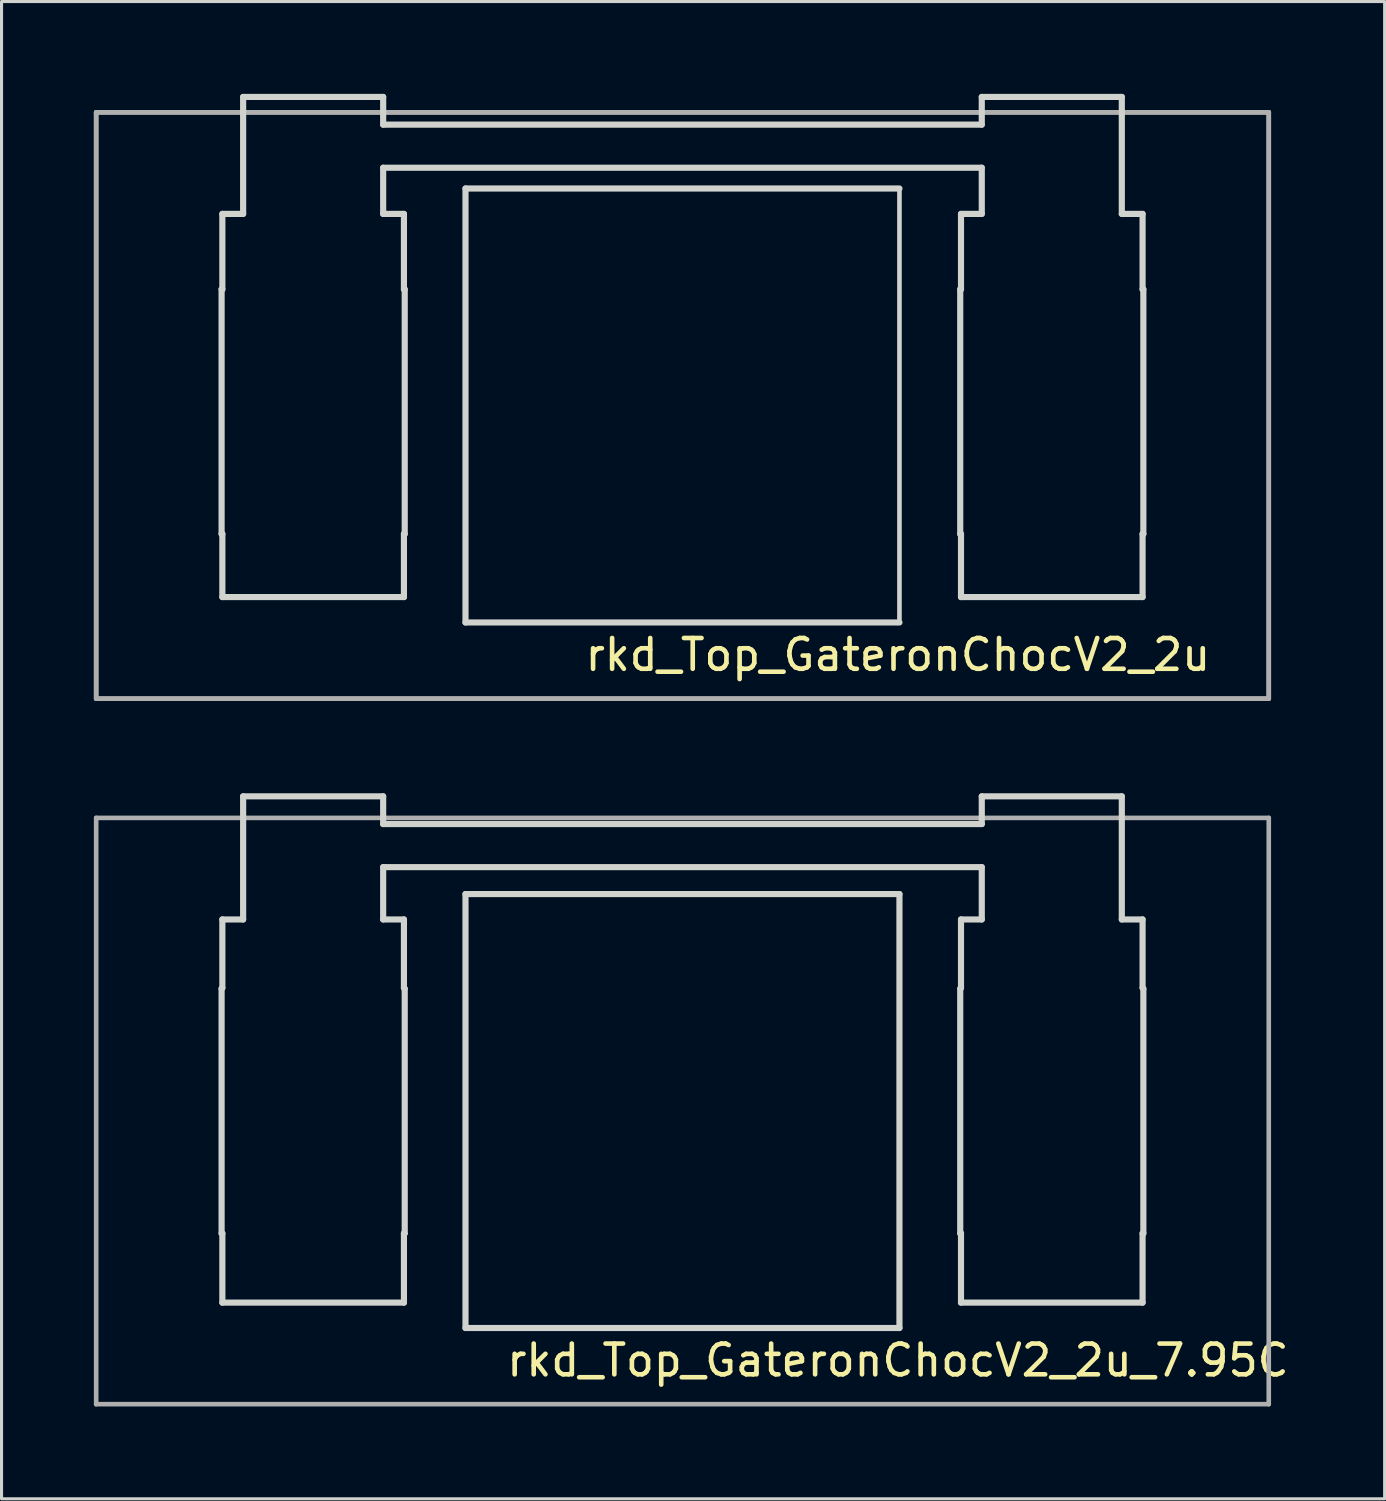
<source format=kicad_pcb>
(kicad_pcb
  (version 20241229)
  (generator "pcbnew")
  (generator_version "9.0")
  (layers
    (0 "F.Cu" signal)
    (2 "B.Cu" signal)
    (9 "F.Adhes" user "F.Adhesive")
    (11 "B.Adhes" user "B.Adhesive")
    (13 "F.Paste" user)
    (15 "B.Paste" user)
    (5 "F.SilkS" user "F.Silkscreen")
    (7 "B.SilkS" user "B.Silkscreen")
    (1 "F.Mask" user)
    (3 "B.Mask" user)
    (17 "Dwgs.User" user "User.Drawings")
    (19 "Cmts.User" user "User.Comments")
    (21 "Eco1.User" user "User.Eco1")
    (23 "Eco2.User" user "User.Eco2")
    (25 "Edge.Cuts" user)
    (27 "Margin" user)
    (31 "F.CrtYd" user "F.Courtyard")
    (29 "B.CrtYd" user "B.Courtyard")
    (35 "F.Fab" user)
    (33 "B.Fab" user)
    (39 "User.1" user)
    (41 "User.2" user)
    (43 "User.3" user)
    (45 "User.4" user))
  (footprint "rkd_Top_GateronChocV2_2u"
    (layer "F.Cu")
    (at 19.125 10.125)
    (property "Reference" "rkd_Top_GateronChocV2_2u" (at 7 8.1 0) (layer "F.SilkS") (effects (font (size 1 1) (thickness 0.15))))
    (attr through_hole)
    (fp_line (start -14.975 -3.775) (end -14.975 4.175) (stroke (width 0.2) (type solid)) (layer "Edge.Cuts"))
    (fp_line (start -14.975 -3.775) (end -14.95 -3.775) (stroke (width 0.2) (type solid)) (layer "Edge.Cuts"))
    (fp_line (start -14.95 -6.225) (end -14.95 -3.775) (stroke (width 0.2) (type solid)) (layer "Edge.Cuts"))
    (fp_line (start -14.95 -6.225) (end -14.275 -6.225) (stroke (width 0.2) (type solid)) (layer "Edge.Cuts"))
    (fp_line (start -14.95 4.175) (end -14.975 4.175) (stroke (width 0.2) (type solid)) (layer "Edge.Cuts"))
    (fp_line (start -14.95 4.175) (end -14.95 6.225) (stroke (width 0.2) (type solid)) (layer "Edge.Cuts"))
    (fp_line (start -14.275 -10.025) (end -9.725 -10.025) (stroke (width 0.2) (type solid)) (layer "Edge.Cuts"))
    (fp_line (start -14.275 -6.225) (end -14.275 -10.025) (stroke (width 0.2) (type solid)) (layer "Edge.Cuts"))
    (fp_line (start -9.725 -9.125) (end -9.725 -10.025) (stroke (width 0.2) (type solid)) (layer "Edge.Cuts"))
    (fp_line (start -9.725 -9.125) (end 9.725 -9.125) (stroke (width 0.2) (type solid)) (layer "Edge.Cuts"))
    (fp_line (start -9.725 -7.725) (end 9.725 -7.725) (stroke (width 0.2) (type solid)) (layer "Edge.Cuts"))
    (fp_line (start -9.725 -6.225) (end -9.725 -7.725) (stroke (width 0.2) (type solid)) (layer "Edge.Cuts"))
    (fp_line (start -9.725 -6.225) (end -9.05 -6.225) (stroke (width 0.2) (type solid)) (layer "Edge.Cuts"))
    (fp_line (start -9.05 -6.225) (end -9.05 -3.775) (stroke (width 0.2) (type solid)) (layer "Edge.Cuts"))
    (fp_line (start -9.05 4.175) (end -9.05 6.225) (stroke (width 0.2) (type solid)) (layer "Edge.Cuts"))
    (fp_line (start -9.05 6.225) (end -14.95 6.225) (stroke (width 0.2) (type solid)) (layer "Edge.Cuts"))
    (fp_line (start -9.025 -3.775) (end -9.05 -3.775) (stroke (width 0.2) (type default)) (layer "Edge.Cuts"))
    (fp_line (start -9.025 -3.775) (end -9.025 4.175) (stroke (width 0.2) (type solid)) (layer "Edge.Cuts"))
    (fp_line (start -9.025 4.175) (end -9.05 4.175) (stroke (width 0.2) (type solid)) (layer "Edge.Cuts"))
    (fp_line (start -7.05 -7.05) (end 7.05 -7.05) (stroke (width 0.2) (type solid)) (layer "Edge.Cuts"))
    (fp_line (start -7.05 7.05) (end -7.05 -7.05) (stroke (width 0.2) (type solid)) (layer "Edge.Cuts"))
    (fp_line (start 7.05 -7.05) (end 7.05 7.05) (stroke (width 0.15) (type solid)) (layer "Edge.Cuts"))
    (fp_line (start 7.05 7.05) (end -7.05 7.05) (stroke (width 0.2) (type solid)) (layer "Edge.Cuts"))
    (fp_line (start 9.025 -3.775) (end 9.025 4.175) (stroke (width 0.2) (type solid)) (layer "Edge.Cuts"))
    (fp_line (start 9.025 -3.775) (end 9.05 -3.775) (stroke (width 0.2) (type solid)) (layer "Edge.Cuts"))
    (fp_line (start 9.025 4.175) (end 9.05 4.175) (stroke (width 0.2) (type solid)) (layer "Edge.Cuts"))
    (fp_line (start 9.05 -6.225) (end 9.05 -3.775) (stroke (width 0.2) (type solid)) (layer "Edge.Cuts"))
    (fp_line (start 9.05 -6.225) (end 9.725 -6.225) (stroke (width 0.2) (type solid)) (layer "Edge.Cuts"))
    (fp_line (start 9.05 4.175) (end 9.05 6.225) (stroke (width 0.2) (type solid)) (layer "Edge.Cuts"))
    (fp_line (start 9.725 -10.025) (end 9.725 -9.125) (stroke (width 0.2) (type solid)) (layer "Edge.Cuts"))
    (fp_line (start 9.725 -10.025) (end 14.275 -10.025) (stroke (width 0.2) (type solid)) (layer "Edge.Cuts"))
    (fp_line (start 9.725 -6.225) (end 9.725 -7.725) (stroke (width 0.2) (type solid)) (layer "Edge.Cuts"))
    (fp_line (start 14.275 -6.225) (end 14.275 -10.025) (stroke (width 0.2) (type solid)) (layer "Edge.Cuts"))
    (fp_line (start 14.275 -6.225) (end 14.95 -6.225) (stroke (width 0.2) (type solid)) (layer "Edge.Cuts"))
    (fp_line (start 14.95 -6.225) (end 14.95 -3.775) (stroke (width 0.2) (type solid)) (layer "Edge.Cuts"))
    (fp_line (start 14.95 4.175) (end 14.95 6.225) (stroke (width 0.2) (type solid)) (layer "Edge.Cuts"))
    (fp_line (start 14.95 4.175) (end 14.975 4.175) (stroke (width 0.2) (type solid)) (layer "Edge.Cuts"))
    (fp_line (start 14.95 6.225) (end 9.05 6.225) (stroke (width 0.2) (type solid)) (layer "Edge.Cuts"))
    (fp_line (start 14.975 -3.775) (end 14.95 -3.775) (stroke (width 0.2) (type solid)) (layer "Edge.Cuts"))
    (fp_line (start 14.975 -3.775) (end 14.975 4.175) (stroke (width 0.2) (type solid)) (layer "Edge.Cuts"))
    (fp_line (start -19.05 -9.525) (end -19.05 9.525) (stroke (width 0.15) (type solid)) (layer "F.Fab"))
    (fp_line (start -19.05 -9.525) (end -19.05 9.525) (stroke (width 0.15) (type solid)) (layer "F.Fab"))
    (fp_line (start -19.05 9.525) (end 19.05 9.525) (stroke (width 0.15) (type solid)) (layer "F.Fab"))
    (fp_line (start -19.05 9.525) (end 19.05 9.525) (stroke (width 0.15) (type solid)) (layer "F.Fab"))
    (fp_line (start 19.05 -9.525) (end -19.05 -9.525) (stroke (width 0.15) (type solid)) (layer "F.Fab"))
    (fp_line (start 19.05 -9.525) (end -19.05 -9.525) (stroke (width 0.15) (type solid)) (layer "F.Fab"))
    (fp_line (start 19.05 9.525) (end 19.05 -9.525) (stroke (width 0.15) (type solid)) (layer "F.Fab"))
    (fp_line (start 19.05 9.525) (end 19.05 -9.525) (stroke (width 0.15) (type solid)) (layer "F.Fab")))
  (footprint "rkd_Top_GateronChocV2_2u_7.95C"
    (layer "F.Cu")
    (at 19.125 33.05)
    (property "Reference" "rkd_Top_GateronChocV2_2u_7.95C" (at 7 8.1 0) (layer "F.SilkS") (effects (font (size 1 1) (thickness 0.15))))
    (attr through_hole)
    (fp_line (start -14.975 -3.975) (end -14.975 3.975) (stroke (width 0.2) (type solid)) (layer "Edge.Cuts"))
    (fp_line (start -14.95 -6.225) (end -14.95 -4) (stroke (width 0.2) (type solid)) (layer "Edge.Cuts"))
    (fp_line (start -14.95 -6.225) (end -14.275 -6.225) (stroke (width 0.2) (type solid)) (layer "Edge.Cuts"))
    (fp_line (start -14.95 -4) (end -14.975 -3.975) (stroke (width 0.2) (type default)) (layer "Edge.Cuts"))
    (fp_line (start -14.95 3.975) (end -14.975 3.975) (stroke (width 0.2) (type solid)) (layer "Edge.Cuts"))
    (fp_line (start -14.95 3.975) (end -14.95 6.225) (stroke (width 0.2) (type solid)) (layer "Edge.Cuts"))
    (fp_line (start -14.275 -10.225) (end -9.725 -10.225) (stroke (width 0.2) (type solid)) (layer "Edge.Cuts"))
    (fp_line (start -14.275 -6.225) (end -14.275 -10.225) (stroke (width 0.2) (type solid)) (layer "Edge.Cuts"))
    (fp_line (start -9.725 -9.325) (end -9.725 -10.225) (stroke (width 0.2) (type solid)) (layer "Edge.Cuts"))
    (fp_line (start -9.725 -9.325) (end 9.725 -9.325) (stroke (width 0.2) (type solid)) (layer "Edge.Cuts"))
    (fp_line (start -9.725 -7.925) (end 9.725 -7.925) (stroke (width 0.2) (type solid)) (layer "Edge.Cuts"))
    (fp_line (start -9.725 -6.225) (end -9.725 -7.925) (stroke (width 0.2) (type solid)) (layer "Edge.Cuts"))
    (fp_line (start -9.725 -6.225) (end -9.05 -6.225) (stroke (width 0.2) (type solid)) (layer "Edge.Cuts"))
    (fp_line (start -9.05 -6.225) (end -9.05 -4) (stroke (width 0.2) (type solid)) (layer "Edge.Cuts"))
    (fp_line (start -9.05 -4) (end -9.025 -3.975) (stroke (width 0.2) (type default)) (layer "Edge.Cuts"))
    (fp_line (start -9.05 3.975) (end -9.05 6.225) (stroke (width 0.2) (type solid)) (layer "Edge.Cuts"))
    (fp_line (start -9.05 6.225) (end -14.95 6.225) (stroke (width 0.2) (type solid)) (layer "Edge.Cuts"))
    (fp_line (start -9.025 -3.975) (end -9.025 3.975) (stroke (width 0.2) (type solid)) (layer "Edge.Cuts"))
    (fp_line (start -9.025 3.975) (end -9.05 3.975) (stroke (width 0.2) (type solid)) (layer "Edge.Cuts"))
    (fp_line (start -7.05 -7.05) (end 7.05 -7.05) (stroke (width 0.2) (type solid)) (layer "Edge.Cuts"))
    (fp_line (start -7.05 7.05) (end -7.05 -7.05) (stroke (width 0.2) (type solid)) (layer "Edge.Cuts"))
    (fp_line (start 7.05 -7.05) (end 7.05 7.05) (stroke (width 0.2) (type solid)) (layer "Edge.Cuts"))
    (fp_line (start 7.05 7.05) (end -7.05 7.05) (stroke (width 0.2) (type solid)) (layer "Edge.Cuts"))
    (fp_line (start 9.025 -3.975) (end 9.025 3.975) (stroke (width 0.2) (type solid)) (layer "Edge.Cuts"))
    (fp_line (start 9.05 -6.225) (end 9.05 -4) (stroke (width 0.2) (type solid)) (layer "Edge.Cuts"))
    (fp_line (start 9.05 -6.225) (end 9.725 -6.225) (stroke (width 0.2) (type solid)) (layer "Edge.Cuts"))
    (fp_line (start 9.05 -4) (end 9.025 -3.975) (stroke (width 0.2) (type solid)) (layer "Edge.Cuts"))
    (fp_line (start 9.05 3.975) (end 9.025 3.975) (stroke (width 0.2) (type solid)) (layer "Edge.Cuts"))
    (fp_line (start 9.05 3.975) (end 9.05 6.225) (stroke (width 0.2) (type solid)) (layer "Edge.Cuts"))
    (fp_line (start 9.725 -10.225) (end 9.725 -9.325) (stroke (width 0.2) (type solid)) (layer "Edge.Cuts"))
    (fp_line (start 9.725 -10.225) (end 14.275 -10.225) (stroke (width 0.2) (type solid)) (layer "Edge.Cuts"))
    (fp_line (start 9.725 -6.225) (end 9.725 -7.925) (stroke (width 0.2) (type solid)) (layer "Edge.Cuts"))
    (fp_line (start 14.275 -6.225) (end 14.275 -10.225) (stroke (width 0.2) (type solid)) (layer "Edge.Cuts"))
    (fp_line (start 14.275 -6.225) (end 14.95 -6.225) (stroke (width 0.2) (type solid)) (layer "Edge.Cuts"))
    (fp_line (start 14.95 -6.225) (end 14.95 -4) (stroke (width 0.2) (type solid)) (layer "Edge.Cuts"))
    (fp_line (start 14.95 -4) (end 14.975 -3.975) (stroke (width 0.2) (type default)) (layer "Edge.Cuts"))
    (fp_line (start 14.95 3.975) (end 14.95 6.225) (stroke (width 0.2) (type solid)) (layer "Edge.Cuts"))
    (fp_line (start 14.95 6.225) (end 9.05 6.225) (stroke (width 0.2) (type solid)) (layer "Edge.Cuts"))
    (fp_line (start 14.975 -3.975) (end 14.975 3.975) (stroke (width 0.2) (type solid)) (layer "Edge.Cuts"))
    (fp_line (start 14.975 3.975) (end 14.95 3.975) (stroke (width 0.2) (type solid)) (layer "Edge.Cuts"))
    (fp_line (start -19.05 -9.525) (end -19.05 9.525) (stroke (width 0.15) (type solid)) (layer "F.Fab"))
    (fp_line (start -19.05 9.525) (end 19.05 9.525) (stroke (width 0.15) (type solid)) (layer "F.Fab"))
    (fp_line (start 19.05 -9.525) (end -19.05 -9.525) (stroke (width 0.15) (type solid)) (layer "F.Fab"))
    (fp_line (start 19.05 9.525) (end 19.05 -9.525) (stroke (width 0.15) (type solid)) (layer "F.Fab")))
  (gr_rect
    (start -3 -3)
    (end 41.94 45.65)
    (stroke (width 0.1) (type default))
    (fill no)
    (layer "Edge.Cuts")))
</source>
